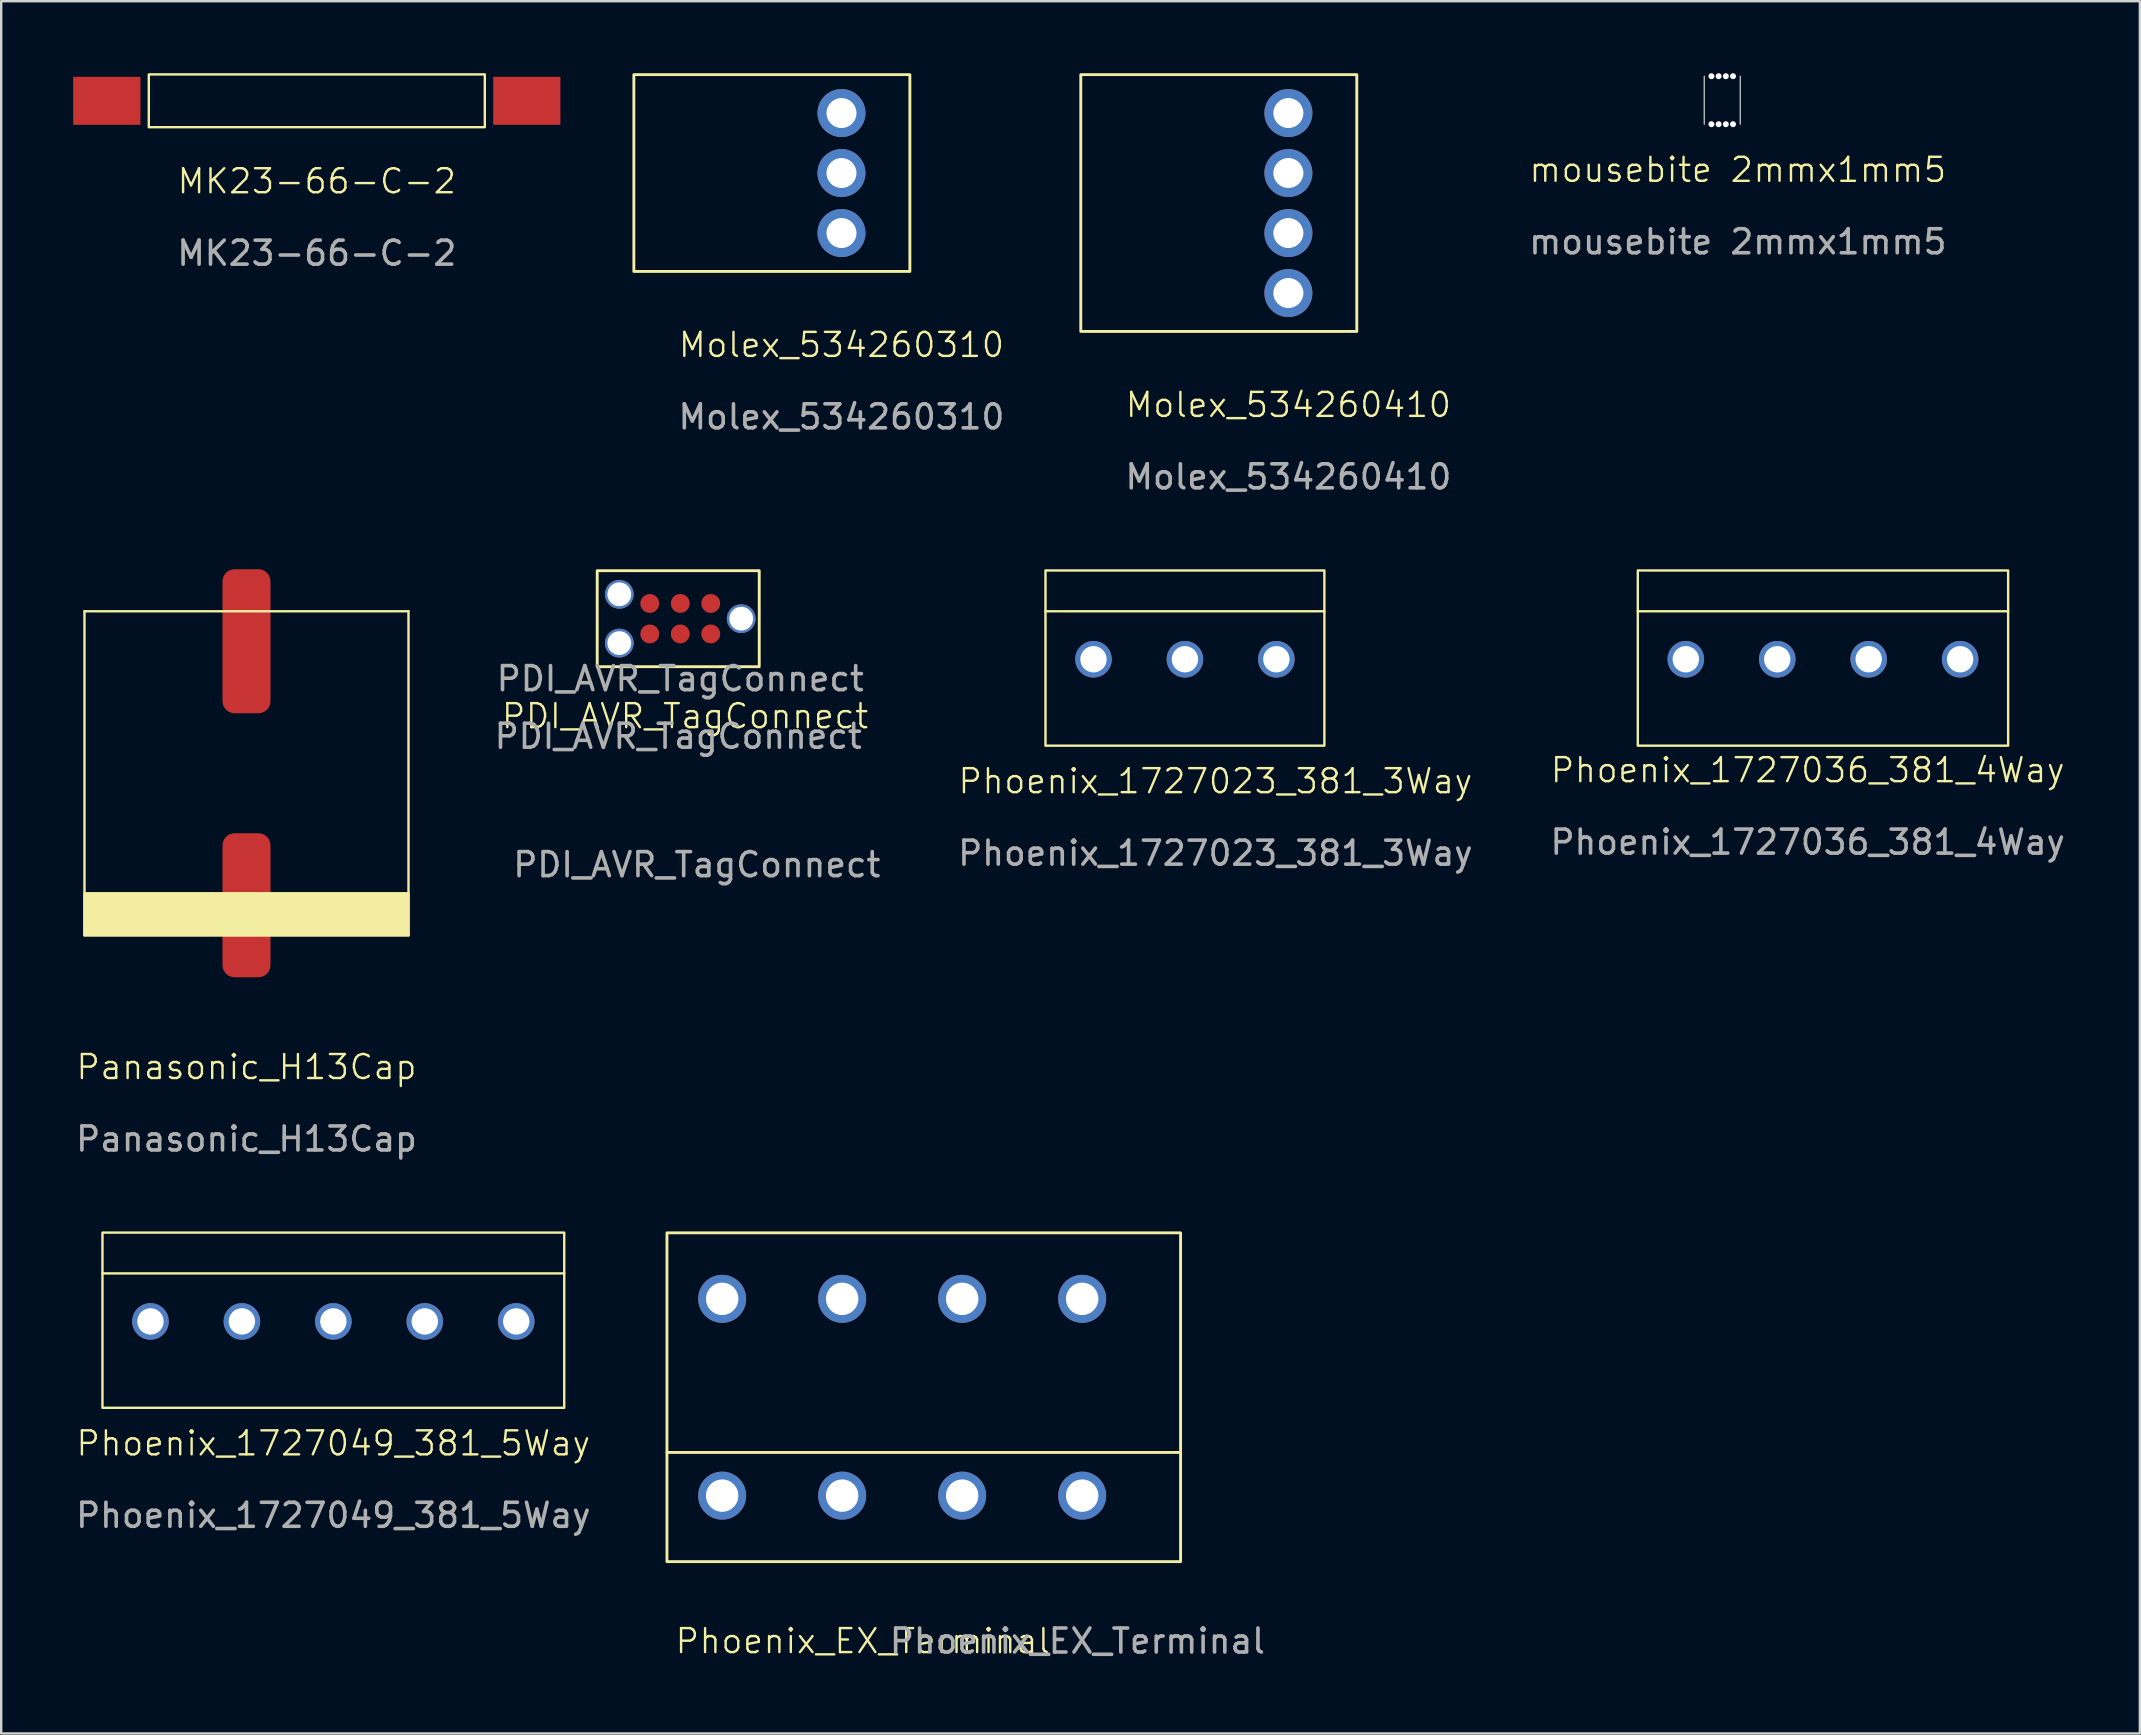
<source format=kicad_pcb>
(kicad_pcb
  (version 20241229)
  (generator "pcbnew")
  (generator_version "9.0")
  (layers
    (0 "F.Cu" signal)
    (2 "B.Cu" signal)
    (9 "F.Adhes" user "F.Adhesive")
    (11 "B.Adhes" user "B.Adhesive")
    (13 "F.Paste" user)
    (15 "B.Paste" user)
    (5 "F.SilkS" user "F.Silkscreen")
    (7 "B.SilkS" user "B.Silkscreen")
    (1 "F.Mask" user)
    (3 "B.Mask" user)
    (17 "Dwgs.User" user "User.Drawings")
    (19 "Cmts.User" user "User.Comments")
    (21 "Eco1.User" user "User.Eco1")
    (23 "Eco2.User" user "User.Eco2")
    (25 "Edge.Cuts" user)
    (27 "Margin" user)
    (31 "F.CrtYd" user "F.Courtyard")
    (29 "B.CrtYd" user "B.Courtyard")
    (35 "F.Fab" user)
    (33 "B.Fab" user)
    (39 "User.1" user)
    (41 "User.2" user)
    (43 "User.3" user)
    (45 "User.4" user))
  (footprint "Molex_534260310"
    (layer "F.Cu")
    (at 32.01 4.16)
    (property "Reference" "Molex_534260310" (at 0 7.16 0) (unlocked yes) (layer "F.SilkS") (effects (font (size 1 1) (thickness 0.1))))
    (attr through_hole)
    (fp_rect (start 2.85 4.1) (end -8.65 -4.1) (stroke (width 0.12) (type solid)) (fill no) (layer "F.SilkS"))
    (fp_text user "${REFERENCE}" (at 0 10.16 0) (unlocked yes) (layer "F.Fab") (effects (font (size 1 1) (thickness 0.15))))
    (pad "1" thru_hole circle (at 0 2.5 90) (size 2 2) (drill 1.25) (layers "*.Cu" "*.Mask"))
    (pad "2" thru_hole circle (at 0 0 90) (size 2 2) (drill 1.25) (layers "*.Cu" "*.Mask"))
    (pad "3" thru_hole circle (at 0 -2.5 90) (size 2 2) (drill 1.25) (layers "*.Cu" "*.Mask")))
  (footprint "Phoenix_1727023_381_3Way"
    (layer "F.Cu")
    (at 46.32 24.418)
    (property "Reference" "Phoenix_1727023_381_3Way" (at 1.27 5.08 0) (unlocked yes) (layer "F.SilkS") (effects (font (size 1 1) (thickness 0.1))))
    (attr through_hole)
    (fp_line (start -5.81 -2) (end 5.81 -2) (stroke (width 0.1) (type default)) (layer "F.SilkS"))
    (fp_rect (start -5.81 3.6) (end 5.81 -3.7) (stroke (width 0.1) (type default)) (fill no) (layer "F.SilkS"))
    (fp_text user "${REFERENCE}" (at 1.27 8.08 0) (unlocked yes) (layer "F.Fab") (effects (font (size 1 1) (thickness 0.15))))
    (pad "1" thru_hole circle (at -3.81 0) (size 1.524 1.524) (drill 1.1) (layers "*.Cu" "*.Mask"))
    (pad "2" thru_hole circle (at 0 0) (size 1.524 1.524) (drill 1.1) (layers "*.Cu" "*.Mask"))
    (pad "3" thru_hole circle (at 3.81 0) (size 1.524 1.524) (drill 1.1) (layers "*.Cu" "*.Mask")))
  (footprint "MK23-66-C-2"
    (layer "F.Cu")
    (at 10.15 1.15)
    (property "Reference" "MK23-66-C-2" (at 0 3.35 0) (unlocked yes) (layer "F.SilkS") (effects (font (size 1 1) (thickness 0.1))))
    (attr smd)
    (fp_rect (start -7 -1.1) (end 7 1.1) (stroke (width 0.1) (type default)) (fill no) (layer "F.SilkS"))
    (fp_text user "${REFERENCE}" (at 0 6.35 0) (unlocked yes) (layer "F.Fab") (effects (font (size 1 1) (thickness 0.15))))
    (pad "1" smd rect (at -8.75 0 90) (size 2 2.8) (layers "F.Cu" "F.Mask" "F.Paste"))
    (pad "2" smd rect (at 8.75 0 90) (size 2 2.8) (layers "F.Cu" "F.Mask" "F.Paste")))
  (footprint "Molex_534260410"
    (layer "F.Cu")
    (at 50.631 5.39)
    (property "Reference" "Molex_534260410" (at 0 8.43 0) (unlocked yes) (layer "F.SilkS") (effects (font (size 1 1) (thickness 0.1))))
    (attr through_hole)
    (fp_rect (start 2.85 5.37) (end -8.65 -5.33) (stroke (width 0.12) (type solid)) (fill no) (layer "F.SilkS"))
    (fp_text user "${REFERENCE}" (at 0 11.43 0) (unlocked yes) (layer "F.Fab") (effects (font (size 1 1) (thickness 0.15))))
    (pad "1" thru_hole circle (at 0 3.77 90) (size 2 2) (drill 1.25) (layers "*.Cu" "*.Mask"))
    (pad "2" thru_hole circle (at 0 1.27 90) (size 2 2) (drill 1.25) (layers "*.Cu" "*.Mask"))
    (pad "3" thru_hole circle (at 0 -1.23 90) (size 2 2) (drill 1.25) (layers "*.Cu" "*.Mask"))
    (pad "4" thru_hole circle (at 0 -3.73 90) (size 2 2) (drill 1.25) (layers "*.Cu" "*.Mask")))
  (footprint "Phoenix_EX_Terminal"
    (layer "F.Cu")
    (at 35.439 55.166)
    (property "Reference" "Phoenix_EX_Terminal" (at -2.54 10.16 0) (unlocked yes) (layer "F.SilkS") (effects (font (size 1 1) (thickness 0.1))))
    (attr through_hole)
    (fp_line (start 10.7 2.3) (end -10.7 2.3) (stroke (width 0.12) (type solid)) (layer "F.SilkS"))
    (fp_rect (start 10.7 6.85) (end -10.7 -6.85) (stroke (width 0.12) (type solid)) (fill no) (layer "F.SilkS"))
    (fp_text user "${REFERENCE}" (at 6.4 10.16 0) (unlocked yes) (layer "F.Fab") (effects (font (size 1 1) (thickness 0.15))))
    (pad "1" thru_hole circle (at -8.4 -4.1 180) (size 2 2) (drill 1.35) (layers "*.Cu" "*.Mask"))
    (pad "1" thru_hole circle (at -8.4 4.1 180) (size 2 2) (drill 1.35) (layers "*.Cu" "*.Mask"))
    (pad "2" thru_hole circle (at -3.4 -4.1 180) (size 2 2) (drill 1.35) (layers "*.Cu" "*.Mask"))
    (pad "2" thru_hole circle (at -3.4 4.1 180) (size 2 2) (drill 1.35) (layers "*.Cu" "*.Mask"))
    (pad "3" thru_hole circle (at 1.6 -4.1 180) (size 2 2) (drill 1.35) (layers "*.Cu" "*.Mask"))
    (pad "3" thru_hole circle (at 1.6 4.1 180) (size 2 2) (drill 1.35) (layers "*.Cu" "*.Mask"))
    (pad "4" thru_hole circle (at 6.6 -4.1 180) (size 2 2) (drill 1.35) (layers "*.Cu" "*.Mask"))
    (pad "4" thru_hole circle (at 6.6 4.1 180) (size 2 2) (drill 1.35) (layers "*.Cu" "*.Mask")))
  (footprint "Phoenix_1727036_381_4Way"
    (layer "F.Cu")
    (at 72.904 24.418)
    (property "Reference" "Phoenix_1727036_381_4Way" (at -0.635 4.62 0) (unlocked yes) (layer "F.SilkS") (effects (font (size 1 1) (thickness 0.1))))
    (attr through_hole)
    (fp_line (start -7.715 -2) (end 7.715 -2) (stroke (width 0.1) (type default)) (layer "F.SilkS"))
    (fp_rect (start -7.715 -3.7) (end 7.715 3.6) (stroke (width 0.1) (type default)) (fill no) (layer "F.SilkS"))
    (fp_text user "${REFERENCE}" (at -0.635 7.62 0) (unlocked yes) (layer "F.Fab") (effects (font (size 1 1) (thickness 0.15))))
    (pad "1" thru_hole circle (at -5.715 0) (size 1.524 1.524) (drill 1.1) (layers "*.Cu" "*.Mask"))
    (pad "2" thru_hole circle (at -1.905 0) (size 1.524 1.524) (drill 1.1) (layers "*.Cu" "*.Mask"))
    (pad "3" thru_hole circle (at 1.905 0) (size 1.524 1.524) (drill 1.1) (layers "*.Cu" "*.Mask"))
    (pad "4" thru_hole circle (at 5.715 0) (size 1.524 1.524) (drill 1.1) (layers "*.Cu" "*.Mask")))
  (footprint "Phoenix_1727049_381_5Way"
    (layer "F.Cu")
    (at 10.839 52.007)
    (property "Reference" "Phoenix_1727049_381_5Way" (at 0 5.08 0) (unlocked yes) (layer "F.SilkS") (effects (font (size 1 1) (thickness 0.1))))
    (attr through_hole)
    (fp_line (start -9.62 -2) (end 9.62 -2) (stroke (width 0.1) (type default)) (layer "F.SilkS"))
    (fp_rect (start -9.62 -3.7) (end 9.62 3.6) (stroke (width 0.1) (type default)) (fill no) (layer "F.SilkS"))
    (fp_text user "${REFERENCE}" (at 0 8.08 0) (unlocked yes) (layer "F.Fab") (effects (font (size 1 1) (thickness 0.15))))
    (pad "1" thru_hole circle (at -7.62 0) (size 1.524 1.524) (drill 1.1) (layers "*.Cu" "*.Mask"))
    (pad "2" thru_hole circle (at -3.81 0) (size 1.524 1.524) (drill 1.1) (layers "*.Cu" "*.Mask"))
    (pad "3" thru_hole circle (at 0 0) (size 1.524 1.524) (drill 1.1) (layers "*.Cu" "*.Mask"))
    (pad "4" thru_hole circle (at 3.81 0) (size 1.524 1.524) (drill 1.1) (layers "*.Cu" "*.Mask"))
    (pad "5" thru_hole circle (at 7.62 0) (size 1.524 1.524) (drill 1.1) (layers "*.Cu" "*.Mask")))
  (footprint "PDI_AVR_TagConnect"
    (layer "F.Cu")
    (at 25.293 22.728)
    (property "Reference" "PDI_AVR_TagConnect" (at 0.2 4.06 0) (unlocked yes) (layer "F.SilkS") (effects (font (size 1 1) (thickness 0.1))))
    (attr smd)
    (fp_rect (start 3.29 -2) (end -3.46 2) (stroke (width 0.12) (type solid)) (fill no) (layer "F.SilkS"))
    (fp_text user "${REFERENCE}" (at 0 2.5 0) (unlocked yes) (layer "F.Fab") (effects (font (size 1 1) (thickness 0.15))))
    (fp_text user "${REFERENCE}" (at -0.085 4.9 0) (unlocked yes) (layer "F.Fab") (effects (font (size 1 1) (thickness 0.15))))
    (fp_text user "${REFERENCE}" (at 0.69 10.25 0) (unlocked yes) (layer "F.Fab") (effects (font (size 1 1) (thickness 0.15))))
    (pad "" thru_hole circle (at -2.54 -1.016 180) (size 1.2 1.2) (drill 0.991) (layers "*.Cu" "*.Mask"))
    (pad "" thru_hole circle (at -2.54 1.016 180) (size 1.2 1.2) (drill 0.991) (layers "*.Cu" "*.Mask"))
    (pad "" thru_hole circle (at 2.54 0 180) (size 1.2 1.2) (drill 0.991) (layers "*.Cu" "*.Mask"))
    (pad "1" smd circle (at 1.27 -0.635 180) (size 0.787 0.787) (layers "F.Cu" "F.Mask" "F.Paste"))
    (pad "2" smd circle (at 1.27 0.635 180) (size 0.787 0.787) (layers "F.Cu" "F.Mask" "F.Paste"))
    (pad "3" smd circle (at 0 -0.635 180) (size 0.787 0.787) (layers "F.Cu" "F.Mask" "F.Paste"))
    (pad "4" smd circle (at 0 0.635 180) (size 0.787 0.787) (layers "F.Cu" "F.Mask" "F.Paste"))
    (pad "5" smd circle (at -1.27 -0.635 180) (size 0.787 0.787) (layers "F.Cu" "F.Mask" "F.Paste"))
    (pad "6" smd circle (at -1.27 0.635 180) (size 0.787 0.787) (layers "F.Cu" "F.Mask" "F.Paste")))
  (footprint "mousebite 2mmx1mm5"
    (layer "F.Cu")
    (at 68.707 1.125)
    (property "Reference" "mousebite 2mmx1mm5" (at 0.65 2.9 0) (unlocked yes) (layer "F.SilkS") (effects (font (size 1 1) (thickness 0.1))))
    (fp_line (start -0.75 1) (end -0.75 -1) (stroke (width 0.05) (type solid)) (layer "Edge.Cuts"))
    (fp_line (start 0.75 1) (end 0.75 -1) (stroke (width 0.05) (type solid)) (layer "Edge.Cuts"))
    (fp_circle (center -0.45 -1) (end -0.35 -1) (stroke (width 0.05) (type solid)) (fill no) (layer "User.5"))
    (fp_circle (center -0.45 1) (end -0.35 1) (stroke (width 0.05) (type solid)) (fill no) (layer "User.5"))
    (fp_circle (center -0.15 -1) (end -0.05 -1) (stroke (width 0.05) (type solid)) (fill no) (layer "User.5"))
    (fp_circle (center -0.15 1) (end -0.05 1) (stroke (width 0.05) (type solid)) (fill no) (layer "User.5"))
    (fp_circle (center 0.15 -1) (end 0.25 -1) (stroke (width 0.05) (type solid)) (fill no) (layer "User.5"))
    (fp_circle (center 0.15 1) (end 0.25 1) (stroke (width 0.05) (type solid)) (fill no) (layer "User.5"))
    (fp_circle (center 0.45 -1) (end 0.55 -1) (stroke (width 0.05) (type solid)) (fill no) (layer "User.5"))
    (fp_circle (center 0.45 1) (end 0.55 1) (stroke (width 0.05) (type solid)) (fill no) (layer "User.5"))
    (fp_text user "${REFERENCE}" (at 0.65 5.9 0) (unlocked yes) (layer "F.Fab") (effects (font (size 1 1) (thickness 0.15))))
    (pad "" np_thru_hole circle (at -0.45 -1) (size 0.25 0.25) (drill 0.25) (layers "*.Cu" "*.Mask"))
    (pad "" np_thru_hole circle (at -0.45 1) (size 0.25 0.25) (drill 0.25) (layers "*.Cu" "*.Mask"))
    (pad "" np_thru_hole circle (at -0.15 -1) (size 0.25 0.25) (drill 0.25) (layers "*.Cu" "*.Mask"))
    (pad "" np_thru_hole circle (at -0.15 1) (size 0.25 0.25) (drill 0.25) (layers "*.Cu" "*.Mask"))
    (pad "" np_thru_hole circle (at 0.15 -1) (size 0.25 0.25) (drill 0.25) (layers "*.Cu" "*.Mask"))
    (pad "" np_thru_hole circle (at 0.15 1) (size 0.25 0.25) (drill 0.25) (layers "*.Cu" "*.Mask"))
    (pad "" np_thru_hole circle (at 0.45 -1) (size 0.25 0.25) (drill 0.25) (layers "*.Cu" "*.Mask"))
    (pad "" np_thru_hole circle (at 0.45 1) (size 0.25 0.25) (drill 0.25) (layers "*.Cu" "*.Mask")))
  (footprint "Panasonic_H13Cap"
    (layer "F.Cu")
    (at 7.22 29.168)
    (property "Reference" "Panasonic_H13Cap" (at 0 12.24 0) (unlocked yes) (layer "F.SilkS") (effects (font (size 1 1) (thickness 0.1))))
    (attr smd)
    (fp_line (start -6.75 -6.75) (end -6.75 6.75) (stroke (width 0.1) (type default)) (layer "F.SilkS"))
    (fp_line (start -6.75 -6.75) (end 6.75 -6.75) (stroke (width 0.1) (type default)) (layer "F.SilkS"))
    (fp_line (start -6.75 6.75) (end 6.75 6.75) (stroke (width 0.1) (type default)) (layer "F.SilkS"))
    (fp_line (start 6.75 -6.75) (end 6.75 6.75) (stroke (width 0.1) (type default)) (layer "F.SilkS"))
    (fp_rect (start 6.75 5) (end -6.75 6.75) (stroke (width 0.1) (type solid)) (fill yes) (layer "F.SilkS"))
    (fp_text user "${REFERENCE}" (at 0 15.24 0) (unlocked yes) (layer "F.Fab") (effects (font (size 1 1) (thickness 0.15))))
    (pad "1" smd roundrect (at 0 -5.5) (size 2 6) (layers "F.Cu" "F.Mask" "F.Paste") (roundrect_rratio 0.25))
    (pad "2" smd roundrect (at 0 5.5) (size 2 6) (layers "F.Cu" "F.Mask" "F.Paste") (roundrect_rratio 0.25)))
  (gr_rect
    (start -3 -3)
    (end 86.108 69.175)
    (stroke (width 0.1) (type default))
    (fill no)
    (layer "Edge.Cuts")))
</source>
